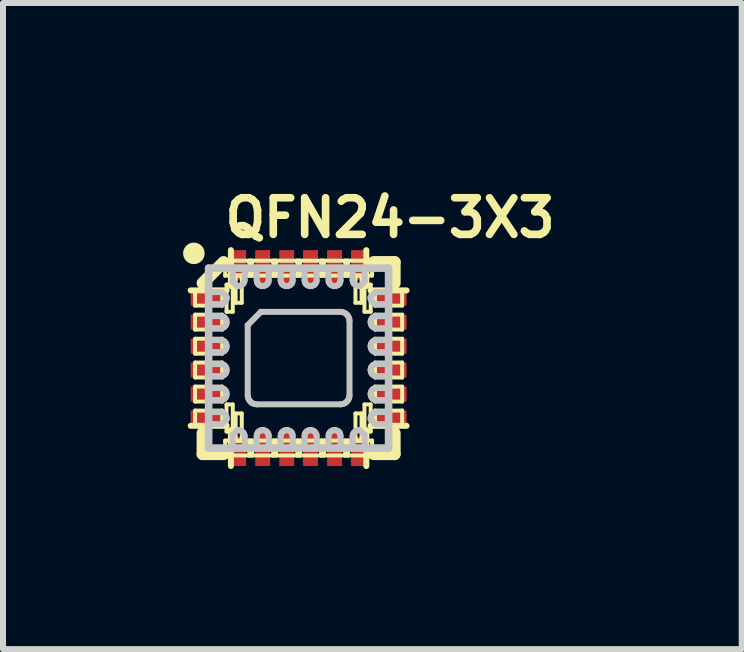
<source format=kicad_pcb>
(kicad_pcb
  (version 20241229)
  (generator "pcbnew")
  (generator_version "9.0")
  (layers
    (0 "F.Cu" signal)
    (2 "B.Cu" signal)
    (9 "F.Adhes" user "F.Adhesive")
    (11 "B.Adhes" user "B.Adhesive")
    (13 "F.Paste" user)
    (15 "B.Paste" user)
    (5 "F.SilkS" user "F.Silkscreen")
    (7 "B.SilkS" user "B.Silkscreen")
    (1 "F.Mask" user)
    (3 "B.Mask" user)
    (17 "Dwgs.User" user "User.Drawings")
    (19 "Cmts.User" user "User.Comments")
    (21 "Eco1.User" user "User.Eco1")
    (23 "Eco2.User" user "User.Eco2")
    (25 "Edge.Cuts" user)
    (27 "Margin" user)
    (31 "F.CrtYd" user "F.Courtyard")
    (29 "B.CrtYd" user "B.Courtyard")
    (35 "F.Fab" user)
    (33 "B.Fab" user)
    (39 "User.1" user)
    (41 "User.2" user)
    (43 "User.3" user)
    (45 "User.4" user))
  (footprint "QFN24-3X3"
    (layer "F.Cu")
    (at 1.925 2.916)
    (property "Reference" "QFN24-3X3" (at 1.524 -2.337 0) (layer "F.SilkS") (effects (font (size 0.61 0.61) (thickness 0.127))))
    (attr smd)
    (fp_line (start -1.499 -1.123) (end -1.303 -1.123) (stroke (width 0.003) (type solid)) (layer "B.Cu"))
    (fp_line (start -1.499 -0.874) (end -1.499 -1.123) (stroke (width 0.003) (type solid)) (layer "B.Cu"))
    (fp_line (start -1.499 0.874) (end -1.499 1.123) (stroke (width 0.003) (type solid)) (layer "B.Cu"))
    (fp_line (start -1.499 1.123) (end -1.303 1.123) (stroke (width 0.003) (type solid)) (layer "B.Cu"))
    (fp_line (start -1.303 -1.123) (end -1.199 -1.019) (stroke (width 0.003) (type solid)) (layer "B.Cu"))
    (fp_line (start -1.303 1.123) (end -1.199 1.019) (stroke (width 0.003) (type solid)) (layer "B.Cu"))
    (fp_line (start -1.199 -1.019) (end -1.199 -0.874) (stroke (width 0.003) (type solid)) (layer "B.Cu"))
    (fp_line (start -1.199 -0.874) (end -1.499 -0.874) (stroke (width 0.003) (type solid)) (layer "B.Cu"))
    (fp_line (start -1.199 0.874) (end -1.499 0.874) (stroke (width 0.003) (type solid)) (layer "B.Cu"))
    (fp_line (start -1.199 1.019) (end -1.199 0.874) (stroke (width 0.003) (type solid)) (layer "B.Cu"))
    (fp_line (start -1.123 -1.499) (end -1.123 -1.303) (stroke (width 0.003) (type solid)) (layer "B.Cu"))
    (fp_line (start -1.123 -1.303) (end -1.019 -1.199) (stroke (width 0.003) (type solid)) (layer "B.Cu"))
    (fp_line (start -1.123 1.303) (end -1.019 1.199) (stroke (width 0.003) (type solid)) (layer "B.Cu"))
    (fp_line (start -1.123 1.499) (end -1.123 1.303) (stroke (width 0.003) (type solid)) (layer "B.Cu"))
    (fp_line (start -1.019 -1.199) (end -0.874 -1.199) (stroke (width 0.003) (type solid)) (layer "B.Cu"))
    (fp_line (start -1.019 1.199) (end -0.874 1.199) (stroke (width 0.003) (type solid)) (layer "B.Cu"))
    (fp_line (start -0.874 -1.499) (end -1.123 -1.499) (stroke (width 0.003) (type solid)) (layer "B.Cu"))
    (fp_line (start -0.874 -1.199) (end -0.874 -1.499) (stroke (width 0.003) (type solid)) (layer "B.Cu"))
    (fp_line (start -0.874 1.199) (end -0.874 1.499) (stroke (width 0.003) (type solid)) (layer "B.Cu"))
    (fp_line (start -0.874 1.499) (end -1.123 1.499) (stroke (width 0.003) (type solid)) (layer "B.Cu"))
    (fp_line (start 0.874 -1.499) (end 1.123 -1.499) (stroke (width 0.003) (type solid)) (layer "B.Cu"))
    (fp_line (start 0.874 -1.199) (end 0.874 -1.499) (stroke (width 0.003) (type solid)) (layer "B.Cu"))
    (fp_line (start 0.874 1.199) (end 0.874 1.499) (stroke (width 0.003) (type solid)) (layer "B.Cu"))
    (fp_line (start 0.874 1.499) (end 1.123 1.499) (stroke (width 0.003) (type solid)) (layer "B.Cu"))
    (fp_line (start 1.019 -1.199) (end 0.874 -1.199) (stroke (width 0.003) (type solid)) (layer "B.Cu"))
    (fp_line (start 1.019 1.199) (end 0.874 1.199) (stroke (width 0.003) (type solid)) (layer "B.Cu"))
    (fp_line (start 1.123 -1.499) (end 1.123 -1.303) (stroke (width 0.003) (type solid)) (layer "B.Cu"))
    (fp_line (start 1.123 -1.303) (end 1.019 -1.199) (stroke (width 0.003) (type solid)) (layer "B.Cu"))
    (fp_line (start 1.123 1.303) (end 1.019 1.199) (stroke (width 0.003) (type solid)) (layer "B.Cu"))
    (fp_line (start 1.123 1.499) (end 1.123 1.303) (stroke (width 0.003) (type solid)) (layer "B.Cu"))
    (fp_line (start 1.199 -1.019) (end 1.199 -0.874) (stroke (width 0.003) (type solid)) (layer "B.Cu"))
    (fp_line (start 1.199 -0.874) (end 1.499 -0.874) (stroke (width 0.003) (type solid)) (layer "B.Cu"))
    (fp_line (start 1.199 0.874) (end 1.499 0.874) (stroke (width 0.003) (type solid)) (layer "B.Cu"))
    (fp_line (start 1.199 1.019) (end 1.199 0.874) (stroke (width 0.003) (type solid)) (layer "B.Cu"))
    (fp_line (start 1.303 -1.123) (end 1.199 -1.019) (stroke (width 0.003) (type solid)) (layer "B.Cu"))
    (fp_line (start 1.303 1.123) (end 1.199 1.019) (stroke (width 0.003) (type solid)) (layer "B.Cu"))
    (fp_line (start 1.499 -1.123) (end 1.303 -1.123) (stroke (width 0.003) (type solid)) (layer "B.Cu"))
    (fp_line (start 1.499 -0.874) (end 1.499 -1.123) (stroke (width 0.003) (type solid)) (layer "B.Cu"))
    (fp_line (start 1.499 0.874) (end 1.499 1.123) (stroke (width 0.003) (type solid)) (layer "B.Cu"))
    (fp_line (start 1.499 1.123) (end 1.303 1.123) (stroke (width 0.003) (type solid)) (layer "B.Cu"))
    (fp_line (start -1.798 -1.128) (end -1.199 -1.128) (stroke (width 0.1) (type solid)) (layer "F.SilkS"))
    (fp_line (start -1.725 -1.123) (end -1.273 -1.123) (stroke (width 0.066) (type solid)) (layer "F.SilkS"))
    (fp_line (start -1.725 -0.874) (end -1.725 -1.123) (stroke (width 0.066) (type solid)) (layer "F.SilkS"))
    (fp_line (start -1.725 -0.874) (end -1.273 -0.874) (stroke (width 0.066) (type solid)) (layer "F.SilkS"))
    (fp_line (start -1.725 -0.724) (end -1.273 -0.724) (stroke (width 0.066) (type solid)) (layer "F.SilkS"))
    (fp_line (start -1.725 -0.475) (end -1.725 -0.724) (stroke (width 0.066) (type solid)) (layer "F.SilkS"))
    (fp_line (start -1.725 -0.475) (end -1.273 -0.475) (stroke (width 0.066) (type solid)) (layer "F.SilkS"))
    (fp_line (start -1.725 -0.323) (end -1.273 -0.323) (stroke (width 0.066) (type solid)) (layer "F.SilkS"))
    (fp_line (start -1.725 -0.074) (end -1.725 -0.323) (stroke (width 0.066) (type solid)) (layer "F.SilkS"))
    (fp_line (start -1.725 -0.074) (end -1.273 -0.074) (stroke (width 0.066) (type solid)) (layer "F.SilkS"))
    (fp_line (start -1.725 0.074) (end -1.273 0.074) (stroke (width 0.066) (type solid)) (layer "F.SilkS"))
    (fp_line (start -1.725 0.323) (end -1.725 0.074) (stroke (width 0.066) (type solid)) (layer "F.SilkS"))
    (fp_line (start -1.725 0.323) (end -1.273 0.323) (stroke (width 0.066) (type solid)) (layer "F.SilkS"))
    (fp_line (start -1.725 0.475) (end -1.273 0.475) (stroke (width 0.066) (type solid)) (layer "F.SilkS"))
    (fp_line (start -1.725 0.724) (end -1.725 0.475) (stroke (width 0.066) (type solid)) (layer "F.SilkS"))
    (fp_line (start -1.725 0.724) (end -1.273 0.724) (stroke (width 0.066) (type solid)) (layer "F.SilkS"))
    (fp_line (start -1.725 0.874) (end -1.273 0.874) (stroke (width 0.066) (type solid)) (layer "F.SilkS"))
    (fp_line (start -1.725 1.123) (end -1.725 0.874) (stroke (width 0.066) (type solid)) (layer "F.SilkS"))
    (fp_line (start -1.725 1.123) (end -1.273 1.123) (stroke (width 0.066) (type solid)) (layer "F.SilkS"))
    (fp_line (start -1.598 -1.25) (end -1.25 -1.598) (stroke (width 0.203) (type solid)) (layer "F.SilkS"))
    (fp_line (start -1.598 1.25) (end -1.598 1.598) (stroke (width 0.203) (type solid)) (layer "F.SilkS"))
    (fp_line (start -1.598 1.598) (end -1.25 1.598) (stroke (width 0.203) (type solid)) (layer "F.SilkS"))
    (fp_line (start -1.273 -0.874) (end -1.273 -1.123) (stroke (width 0.066) (type solid)) (layer "F.SilkS"))
    (fp_line (start -1.273 -0.475) (end -1.273 -0.724) (stroke (width 0.066) (type solid)) (layer "F.SilkS"))
    (fp_line (start -1.273 -0.074) (end -1.273 -0.323) (stroke (width 0.066) (type solid)) (layer "F.SilkS"))
    (fp_line (start -1.273 0.323) (end -1.273 0.074) (stroke (width 0.066) (type solid)) (layer "F.SilkS"))
    (fp_line (start -1.273 0.724) (end -1.273 0.475) (stroke (width 0.066) (type solid)) (layer "F.SilkS"))
    (fp_line (start -1.273 1.123) (end -1.273 0.874) (stroke (width 0.066) (type solid)) (layer "F.SilkS"))
    (fp_line (start -1.224 -1.623) (end -0.775 -1.623) (stroke (width 0.066) (type solid)) (layer "F.SilkS"))
    (fp_line (start -1.224 -1.374) (end -1.224 -1.623) (stroke (width 0.066) (type solid)) (layer "F.SilkS"))
    (fp_line (start -1.224 -1.374) (end -0.775 -1.374) (stroke (width 0.066) (type solid)) (layer "F.SilkS"))
    (fp_line (start -1.224 1.374) (end -0.775 1.374) (stroke (width 0.066) (type solid)) (layer "F.SilkS"))
    (fp_line (start -1.224 1.623) (end -1.224 1.374) (stroke (width 0.066) (type solid)) (layer "F.SilkS"))
    (fp_line (start -1.224 1.623) (end -0.775 1.623) (stroke (width 0.066) (type solid)) (layer "F.SilkS"))
    (fp_line (start -1.201 -1.224) (end -1.097 -1.224) (stroke (width 0.066) (type solid)) (layer "F.SilkS"))
    (fp_line (start -1.201 -0.772) (end -1.201 -1.224) (stroke (width 0.066) (type solid)) (layer "F.SilkS"))
    (fp_line (start -1.201 -0.772) (end -1.097 -0.772) (stroke (width 0.066) (type solid)) (layer "F.SilkS"))
    (fp_line (start -1.201 0.772) (end -1.097 0.772) (stroke (width 0.066) (type solid)) (layer "F.SilkS"))
    (fp_line (start -1.201 1.224) (end -1.201 0.772) (stroke (width 0.066) (type solid)) (layer "F.SilkS"))
    (fp_line (start -1.201 1.224) (end -1.097 1.224) (stroke (width 0.066) (type solid)) (layer "F.SilkS"))
    (fp_line (start -1.199 1.128) (end -1.798 1.128) (stroke (width 0.1) (type solid)) (layer "F.SilkS"))
    (fp_line (start -1.128 -1.199) (end -1.128 -1.798) (stroke (width 0.1) (type solid)) (layer "F.SilkS"))
    (fp_line (start -1.128 1.798) (end -1.128 1.199) (stroke (width 0.1) (type solid)) (layer "F.SilkS"))
    (fp_line (start -1.097 -0.772) (end -1.097 -1.224) (stroke (width 0.066) (type solid)) (layer "F.SilkS"))
    (fp_line (start -1.097 1.224) (end -1.097 0.772) (stroke (width 0.066) (type solid)) (layer "F.SilkS"))
    (fp_line (start -1.049 -1.377) (end -0.947 -1.377) (stroke (width 0.066) (type solid)) (layer "F.SilkS"))
    (fp_line (start -1.049 -0.922) (end -1.049 -1.377) (stroke (width 0.066) (type solid)) (layer "F.SilkS"))
    (fp_line (start -1.049 -0.922) (end -0.947 -0.922) (stroke (width 0.066) (type solid)) (layer "F.SilkS"))
    (fp_line (start -1.049 0.922) (end -0.947 0.922) (stroke (width 0.066) (type solid)) (layer "F.SilkS"))
    (fp_line (start -1.049 1.377) (end -1.049 0.922) (stroke (width 0.066) (type solid)) (layer "F.SilkS"))
    (fp_line (start -1.049 1.377) (end -0.947 1.377) (stroke (width 0.066) (type solid)) (layer "F.SilkS"))
    (fp_line (start -0.947 -0.922) (end -0.947 -1.377) (stroke (width 0.066) (type solid)) (layer "F.SilkS"))
    (fp_line (start -0.947 1.377) (end -0.947 0.922) (stroke (width 0.066) (type solid)) (layer "F.SilkS"))
    (fp_line (start -0.823 -1.623) (end -0.373 -1.623) (stroke (width 0.066) (type solid)) (layer "F.SilkS"))
    (fp_line (start -0.823 -1.374) (end -0.823 -1.623) (stroke (width 0.066) (type solid)) (layer "F.SilkS"))
    (fp_line (start -0.823 -1.374) (end -0.373 -1.374) (stroke (width 0.066) (type solid)) (layer "F.SilkS"))
    (fp_line (start -0.823 1.374) (end -0.373 1.374) (stroke (width 0.066) (type solid)) (layer "F.SilkS"))
    (fp_line (start -0.823 1.623) (end -0.823 1.374) (stroke (width 0.066) (type solid)) (layer "F.SilkS"))
    (fp_line (start -0.823 1.623) (end -0.373 1.623) (stroke (width 0.066) (type solid)) (layer "F.SilkS"))
    (fp_line (start -0.775 -1.374) (end -0.775 -1.623) (stroke (width 0.066) (type solid)) (layer "F.SilkS"))
    (fp_line (start -0.775 1.623) (end -0.775 1.374) (stroke (width 0.066) (type solid)) (layer "F.SilkS"))
    (fp_line (start -0.424 -1.623) (end 0.023 -1.623) (stroke (width 0.066) (type solid)) (layer "F.SilkS"))
    (fp_line (start -0.424 -1.374) (end -0.424 -1.623) (stroke (width 0.066) (type solid)) (layer "F.SilkS"))
    (fp_line (start -0.424 -1.374) (end 0.023 -1.374) (stroke (width 0.066) (type solid)) (layer "F.SilkS"))
    (fp_line (start -0.424 1.374) (end 0.023 1.374) (stroke (width 0.066) (type solid)) (layer "F.SilkS"))
    (fp_line (start -0.424 1.623) (end -0.424 1.374) (stroke (width 0.066) (type solid)) (layer "F.SilkS"))
    (fp_line (start -0.424 1.623) (end 0.023 1.623) (stroke (width 0.066) (type solid)) (layer "F.SilkS"))
    (fp_line (start -0.373 -1.374) (end -0.373 -1.623) (stroke (width 0.066) (type solid)) (layer "F.SilkS"))
    (fp_line (start -0.373 1.623) (end -0.373 1.374) (stroke (width 0.066) (type solid)) (layer "F.SilkS"))
    (fp_line (start -0.023 -1.623) (end 0.424 -1.623) (stroke (width 0.066) (type solid)) (layer "F.SilkS"))
    (fp_line (start -0.023 -1.374) (end -0.023 -1.623) (stroke (width 0.066) (type solid)) (layer "F.SilkS"))
    (fp_line (start -0.023 -1.374) (end 0.424 -1.374) (stroke (width 0.066) (type solid)) (layer "F.SilkS"))
    (fp_line (start -0.023 1.374) (end 0.424 1.374) (stroke (width 0.066) (type solid)) (layer "F.SilkS"))
    (fp_line (start -0.023 1.623) (end -0.023 1.374) (stroke (width 0.066) (type solid)) (layer "F.SilkS"))
    (fp_line (start -0.023 1.623) (end 0.424 1.623) (stroke (width 0.066) (type solid)) (layer "F.SilkS"))
    (fp_line (start 0.023 -1.374) (end 0.023 -1.623) (stroke (width 0.066) (type solid)) (layer "F.SilkS"))
    (fp_line (start 0.023 1.623) (end 0.023 1.374) (stroke (width 0.066) (type solid)) (layer "F.SilkS"))
    (fp_line (start 0.373 -1.623) (end 0.823 -1.623) (stroke (width 0.066) (type solid)) (layer "F.SilkS"))
    (fp_line (start 0.373 -1.374) (end 0.373 -1.623) (stroke (width 0.066) (type solid)) (layer "F.SilkS"))
    (fp_line (start 0.373 -1.374) (end 0.823 -1.374) (stroke (width 0.066) (type solid)) (layer "F.SilkS"))
    (fp_line (start 0.373 1.374) (end 0.823 1.374) (stroke (width 0.066) (type solid)) (layer "F.SilkS"))
    (fp_line (start 0.373 1.623) (end 0.373 1.374) (stroke (width 0.066) (type solid)) (layer "F.SilkS"))
    (fp_line (start 0.373 1.623) (end 0.823 1.623) (stroke (width 0.066) (type solid)) (layer "F.SilkS"))
    (fp_line (start 0.424 -1.374) (end 0.424 -1.623) (stroke (width 0.066) (type solid)) (layer "F.SilkS"))
    (fp_line (start 0.424 1.623) (end 0.424 1.374) (stroke (width 0.066) (type solid)) (layer "F.SilkS"))
    (fp_line (start 0.775 -1.623) (end 1.224 -1.623) (stroke (width 0.066) (type solid)) (layer "F.SilkS"))
    (fp_line (start 0.775 -1.374) (end 0.775 -1.623) (stroke (width 0.066) (type solid)) (layer "F.SilkS"))
    (fp_line (start 0.775 -1.374) (end 1.224 -1.374) (stroke (width 0.066) (type solid)) (layer "F.SilkS"))
    (fp_line (start 0.775 1.374) (end 1.224 1.374) (stroke (width 0.066) (type solid)) (layer "F.SilkS"))
    (fp_line (start 0.775 1.623) (end 0.775 1.374) (stroke (width 0.066) (type solid)) (layer "F.SilkS"))
    (fp_line (start 0.775 1.623) (end 1.224 1.623) (stroke (width 0.066) (type solid)) (layer "F.SilkS"))
    (fp_line (start 0.823 -1.374) (end 0.823 -1.623) (stroke (width 0.066) (type solid)) (layer "F.SilkS"))
    (fp_line (start 0.823 1.623) (end 0.823 1.374) (stroke (width 0.066) (type solid)) (layer "F.SilkS"))
    (fp_line (start 0.947 -1.377) (end 1.049 -1.377) (stroke (width 0.066) (type solid)) (layer "F.SilkS"))
    (fp_line (start 0.947 -0.922) (end 0.947 -1.377) (stroke (width 0.066) (type solid)) (layer "F.SilkS"))
    (fp_line (start 0.947 -0.922) (end 1.049 -0.922) (stroke (width 0.066) (type solid)) (layer "F.SilkS"))
    (fp_line (start 0.947 0.922) (end 1.049 0.922) (stroke (width 0.066) (type solid)) (layer "F.SilkS"))
    (fp_line (start 0.947 1.377) (end 0.947 0.922) (stroke (width 0.066) (type solid)) (layer "F.SilkS"))
    (fp_line (start 0.947 1.377) (end 1.049 1.377) (stroke (width 0.066) (type solid)) (layer "F.SilkS"))
    (fp_line (start 1.049 -0.922) (end 1.049 -1.377) (stroke (width 0.066) (type solid)) (layer "F.SilkS"))
    (fp_line (start 1.049 1.377) (end 1.049 0.922) (stroke (width 0.066) (type solid)) (layer "F.SilkS"))
    (fp_line (start 1.097 -1.224) (end 1.201 -1.224) (stroke (width 0.066) (type solid)) (layer "F.SilkS"))
    (fp_line (start 1.097 -0.772) (end 1.097 -1.224) (stroke (width 0.066) (type solid)) (layer "F.SilkS"))
    (fp_line (start 1.097 -0.772) (end 1.201 -0.772) (stroke (width 0.066) (type solid)) (layer "F.SilkS"))
    (fp_line (start 1.097 0.772) (end 1.201 0.772) (stroke (width 0.066) (type solid)) (layer "F.SilkS"))
    (fp_line (start 1.097 1.224) (end 1.097 0.772) (stroke (width 0.066) (type solid)) (layer "F.SilkS"))
    (fp_line (start 1.097 1.224) (end 1.201 1.224) (stroke (width 0.066) (type solid)) (layer "F.SilkS"))
    (fp_line (start 1.128 -1.798) (end 1.128 -1.199) (stroke (width 0.1) (type solid)) (layer "F.SilkS"))
    (fp_line (start 1.128 1.199) (end 1.128 1.798) (stroke (width 0.1) (type solid)) (layer "F.SilkS"))
    (fp_line (start 1.199 -1.128) (end 1.798 -1.128) (stroke (width 0.1) (type solid)) (layer "F.SilkS"))
    (fp_line (start 1.201 -0.772) (end 1.201 -1.224) (stroke (width 0.066) (type solid)) (layer "F.SilkS"))
    (fp_line (start 1.201 1.224) (end 1.201 0.772) (stroke (width 0.066) (type solid)) (layer "F.SilkS"))
    (fp_line (start 1.224 -1.374) (end 1.224 -1.623) (stroke (width 0.066) (type solid)) (layer "F.SilkS"))
    (fp_line (start 1.224 1.623) (end 1.224 1.374) (stroke (width 0.066) (type solid)) (layer "F.SilkS"))
    (fp_line (start 1.25 1.598) (end 1.598 1.598) (stroke (width 0.203) (type solid)) (layer "F.SilkS"))
    (fp_line (start 1.273 -1.123) (end 1.725 -1.123) (stroke (width 0.066) (type solid)) (layer "F.SilkS"))
    (fp_line (start 1.273 -0.874) (end 1.273 -1.123) (stroke (width 0.066) (type solid)) (layer "F.SilkS"))
    (fp_line (start 1.273 -0.874) (end 1.725 -0.874) (stroke (width 0.066) (type solid)) (layer "F.SilkS"))
    (fp_line (start 1.273 -0.724) (end 1.725 -0.724) (stroke (width 0.066) (type solid)) (layer "F.SilkS"))
    (fp_line (start 1.273 -0.475) (end 1.273 -0.724) (stroke (width 0.066) (type solid)) (layer "F.SilkS"))
    (fp_line (start 1.273 -0.475) (end 1.725 -0.475) (stroke (width 0.066) (type solid)) (layer "F.SilkS"))
    (fp_line (start 1.273 -0.323) (end 1.725 -0.323) (stroke (width 0.066) (type solid)) (layer "F.SilkS"))
    (fp_line (start 1.273 -0.074) (end 1.273 -0.323) (stroke (width 0.066) (type solid)) (layer "F.SilkS"))
    (fp_line (start 1.273 -0.074) (end 1.725 -0.074) (stroke (width 0.066) (type solid)) (layer "F.SilkS"))
    (fp_line (start 1.273 0.074) (end 1.725 0.074) (stroke (width 0.066) (type solid)) (layer "F.SilkS"))
    (fp_line (start 1.273 0.323) (end 1.273 0.074) (stroke (width 0.066) (type solid)) (layer "F.SilkS"))
    (fp_line (start 1.273 0.323) (end 1.725 0.323) (stroke (width 0.066) (type solid)) (layer "F.SilkS"))
    (fp_line (start 1.273 0.475) (end 1.725 0.475) (stroke (width 0.066) (type solid)) (layer "F.SilkS"))
    (fp_line (start 1.273 0.724) (end 1.273 0.475) (stroke (width 0.066) (type solid)) (layer "F.SilkS"))
    (fp_line (start 1.273 0.724) (end 1.725 0.724) (stroke (width 0.066) (type solid)) (layer "F.SilkS"))
    (fp_line (start 1.273 0.874) (end 1.725 0.874) (stroke (width 0.066) (type solid)) (layer "F.SilkS"))
    (fp_line (start 1.273 1.123) (end 1.273 0.874) (stroke (width 0.066) (type solid)) (layer "F.SilkS"))
    (fp_line (start 1.273 1.123) (end 1.725 1.123) (stroke (width 0.066) (type solid)) (layer "F.SilkS"))
    (fp_line (start 1.598 -1.598) (end 1.25 -1.598) (stroke (width 0.203) (type solid)) (layer "F.SilkS"))
    (fp_line (start 1.598 -1.25) (end 1.598 -1.598) (stroke (width 0.203) (type solid)) (layer "F.SilkS"))
    (fp_line (start 1.598 1.598) (end 1.598 1.25) (stroke (width 0.203) (type solid)) (layer "F.SilkS"))
    (fp_line (start 1.725 -0.874) (end 1.725 -1.123) (stroke (width 0.066) (type solid)) (layer "F.SilkS"))
    (fp_line (start 1.725 -0.475) (end 1.725 -0.724) (stroke (width 0.066) (type solid)) (layer "F.SilkS"))
    (fp_line (start 1.725 -0.074) (end 1.725 -0.323) (stroke (width 0.066) (type solid)) (layer "F.SilkS"))
    (fp_line (start 1.725 0.323) (end 1.725 0.074) (stroke (width 0.066) (type solid)) (layer "F.SilkS"))
    (fp_line (start 1.725 0.724) (end 1.725 0.475) (stroke (width 0.066) (type solid)) (layer "F.SilkS"))
    (fp_line (start 1.725 1.123) (end 1.725 0.874) (stroke (width 0.066) (type solid)) (layer "F.SilkS"))
    (fp_line (start 1.798 1.128) (end 1.199 1.128) (stroke (width 0.1) (type solid)) (layer "F.SilkS"))
    (fp_circle (center -1.745 -1.745) (end -1.872 -1.872) (stroke (width 0) (type solid)) (fill yes) (layer "F.SilkS"))
    (fp_line (start -1.499 -1.499) (end -1.499 1.499) (stroke (width 0.127) (type solid)) (layer "Dwgs.User"))
    (fp_line (start -1.499 -1.1) (end -1.278 -1.1) (stroke (width 0.1) (type solid)) (layer "Dwgs.User"))
    (fp_line (start -1.499 -0.899) (end -1.499 -1.1) (stroke (width 0.1) (type solid)) (layer "Dwgs.User"))
    (fp_line (start -1.499 -0.699) (end -1.298 -0.699) (stroke (width 0.1) (type solid)) (layer "Dwgs.User"))
    (fp_line (start -1.499 -0.498) (end -1.499 -0.699) (stroke (width 0.1) (type solid)) (layer "Dwgs.User"))
    (fp_line (start -1.499 -0.3) (end -1.298 -0.3) (stroke (width 0.1) (type solid)) (layer "Dwgs.User"))
    (fp_line (start -1.499 -0.099) (end -1.499 -0.3) (stroke (width 0.1) (type solid)) (layer "Dwgs.User"))
    (fp_line (start -1.499 0.099) (end -1.298 0.099) (stroke (width 0.1) (type solid)) (layer "Dwgs.User"))
    (fp_line (start -1.499 0.3) (end -1.499 0.099) (stroke (width 0.1) (type solid)) (layer "Dwgs.User"))
    (fp_line (start -1.499 0.498) (end -1.298 0.498) (stroke (width 0.1) (type solid)) (layer "Dwgs.User"))
    (fp_line (start -1.499 0.699) (end -1.499 0.498) (stroke (width 0.1) (type solid)) (layer "Dwgs.User"))
    (fp_line (start -1.499 0.899) (end -1.499 1.1) (stroke (width 0.1) (type solid)) (layer "Dwgs.User"))
    (fp_line (start -1.499 1.1) (end -1.278 1.1) (stroke (width 0.1) (type solid)) (layer "Dwgs.User"))
    (fp_line (start -1.499 1.499) (end 1.499 1.499) (stroke (width 0.127) (type solid)) (layer "Dwgs.User"))
    (fp_line (start -1.298 -0.899) (end -1.499 -0.899) (stroke (width 0.1) (type solid)) (layer "Dwgs.User"))
    (fp_line (start -1.298 -0.699) (end -1.267 -0.693) (stroke (width 0.1) (type solid)) (layer "Dwgs.User"))
    (fp_line (start -1.298 -0.498) (end -1.499 -0.498) (stroke (width 0.1) (type solid)) (layer "Dwgs.User"))
    (fp_line (start -1.298 -0.3) (end -1.267 -0.295) (stroke (width 0.1) (type solid)) (layer "Dwgs.User"))
    (fp_line (start -1.298 -0.099) (end -1.499 -0.099) (stroke (width 0.1) (type solid)) (layer "Dwgs.User"))
    (fp_line (start -1.298 0.099) (end -1.267 0.104) (stroke (width 0.1) (type solid)) (layer "Dwgs.User"))
    (fp_line (start -1.298 0.3) (end -1.499 0.3) (stroke (width 0.1) (type solid)) (layer "Dwgs.User"))
    (fp_line (start -1.298 0.498) (end -1.267 0.503) (stroke (width 0.1) (type solid)) (layer "Dwgs.User"))
    (fp_line (start -1.298 0.699) (end -1.499 0.699) (stroke (width 0.1) (type solid)) (layer "Dwgs.User"))
    (fp_line (start -1.298 0.899) (end -1.499 0.899) (stroke (width 0.1) (type solid)) (layer "Dwgs.User"))
    (fp_line (start -1.278 -1.1) (end -1.199 -1.019) (stroke (width 0.1) (type solid)) (layer "Dwgs.User"))
    (fp_line (start -1.278 1.1) (end -1.199 1.019) (stroke (width 0.1) (type solid)) (layer "Dwgs.User"))
    (fp_line (start -1.267 -0.693) (end -1.24 -0.681) (stroke (width 0.1) (type solid)) (layer "Dwgs.User"))
    (fp_line (start -1.267 -0.503) (end -1.298 -0.498) (stroke (width 0.1) (type solid)) (layer "Dwgs.User"))
    (fp_line (start -1.267 -0.295) (end -1.24 -0.279) (stroke (width 0.1) (type solid)) (layer "Dwgs.User"))
    (fp_line (start -1.267 -0.104) (end -1.298 -0.099) (stroke (width 0.1) (type solid)) (layer "Dwgs.User"))
    (fp_line (start -1.267 0.104) (end -1.24 0.117) (stroke (width 0.1) (type solid)) (layer "Dwgs.User"))
    (fp_line (start -1.267 0.295) (end -1.298 0.3) (stroke (width 0.1) (type solid)) (layer "Dwgs.User"))
    (fp_line (start -1.267 0.503) (end -1.24 0.518) (stroke (width 0.1) (type solid)) (layer "Dwgs.User"))
    (fp_line (start -1.267 0.693) (end -1.298 0.699) (stroke (width 0.1) (type solid)) (layer "Dwgs.User"))
    (fp_line (start -1.265 -0.907) (end -1.298 -0.899) (stroke (width 0.1) (type solid)) (layer "Dwgs.User"))
    (fp_line (start -1.265 0.907) (end -1.298 0.899) (stroke (width 0.1) (type solid)) (layer "Dwgs.User"))
    (fp_line (start -1.24 -0.681) (end -1.217 -0.658) (stroke (width 0.1) (type solid)) (layer "Dwgs.User"))
    (fp_line (start -1.24 -0.518) (end -1.267 -0.503) (stroke (width 0.1) (type solid)) (layer "Dwgs.User"))
    (fp_line (start -1.24 -0.279) (end -1.217 -0.257) (stroke (width 0.1) (type solid)) (layer "Dwgs.User"))
    (fp_line (start -1.24 -0.117) (end -1.267 -0.104) (stroke (width 0.1) (type solid)) (layer "Dwgs.User"))
    (fp_line (start -1.24 0.117) (end -1.217 0.14) (stroke (width 0.1) (type solid)) (layer "Dwgs.User"))
    (fp_line (start -1.24 0.279) (end -1.267 0.295) (stroke (width 0.1) (type solid)) (layer "Dwgs.User"))
    (fp_line (start -1.24 0.518) (end -1.217 0.541) (stroke (width 0.1) (type solid)) (layer "Dwgs.User"))
    (fp_line (start -1.24 0.681) (end -1.267 0.693) (stroke (width 0.1) (type solid)) (layer "Dwgs.User"))
    (fp_line (start -1.237 -0.925) (end -1.265 -0.907) (stroke (width 0.1) (type solid)) (layer "Dwgs.User"))
    (fp_line (start -1.237 0.925) (end -1.265 0.907) (stroke (width 0.1) (type solid)) (layer "Dwgs.User"))
    (fp_line (start -1.217 -0.658) (end -1.204 -0.63) (stroke (width 0.1) (type solid)) (layer "Dwgs.User"))
    (fp_line (start -1.217 -0.541) (end -1.24 -0.518) (stroke (width 0.1) (type solid)) (layer "Dwgs.User"))
    (fp_line (start -1.217 -0.257) (end -1.204 -0.229) (stroke (width 0.1) (type solid)) (layer "Dwgs.User"))
    (fp_line (start -1.217 -0.14) (end -1.24 -0.117) (stroke (width 0.1) (type solid)) (layer "Dwgs.User"))
    (fp_line (start -1.217 0.14) (end -1.204 0.168) (stroke (width 0.1) (type solid)) (layer "Dwgs.User"))
    (fp_line (start -1.217 0.257) (end -1.24 0.279) (stroke (width 0.1) (type solid)) (layer "Dwgs.User"))
    (fp_line (start -1.217 0.541) (end -1.204 0.569) (stroke (width 0.1) (type solid)) (layer "Dwgs.User"))
    (fp_line (start -1.217 0.658) (end -1.24 0.681) (stroke (width 0.1) (type solid)) (layer "Dwgs.User"))
    (fp_line (start -1.214 -0.953) (end -1.237 -0.925) (stroke (width 0.1) (type solid)) (layer "Dwgs.User"))
    (fp_line (start -1.214 0.953) (end -1.237 0.925) (stroke (width 0.1) (type solid)) (layer "Dwgs.User"))
    (fp_line (start -1.204 -0.63) (end -1.199 -0.599) (stroke (width 0.1) (type solid)) (layer "Dwgs.User"))
    (fp_line (start -1.204 -0.569) (end -1.217 -0.541) (stroke (width 0.1) (type solid)) (layer "Dwgs.User"))
    (fp_line (start -1.204 -0.229) (end -1.199 -0.198) (stroke (width 0.1) (type solid)) (layer "Dwgs.User"))
    (fp_line (start -1.204 -0.168) (end -1.217 -0.14) (stroke (width 0.1) (type solid)) (layer "Dwgs.User"))
    (fp_line (start -1.204 0.168) (end -1.199 0.198) (stroke (width 0.1) (type solid)) (layer "Dwgs.User"))
    (fp_line (start -1.204 0.229) (end -1.217 0.257) (stroke (width 0.1) (type solid)) (layer "Dwgs.User"))
    (fp_line (start -1.204 0.569) (end -1.199 0.599) (stroke (width 0.1) (type solid)) (layer "Dwgs.User"))
    (fp_line (start -1.204 0.63) (end -1.217 0.658) (stroke (width 0.1) (type solid)) (layer "Dwgs.User"))
    (fp_line (start -1.201 -0.983) (end -1.214 -0.953) (stroke (width 0.1) (type solid)) (layer "Dwgs.User"))
    (fp_line (start -1.201 0.983) (end -1.214 0.953) (stroke (width 0.1) (type solid)) (layer "Dwgs.User"))
    (fp_line (start -1.199 -1.019) (end -1.201 -0.983) (stroke (width 0.1) (type solid)) (layer "Dwgs.User"))
    (fp_line (start -1.199 -0.599) (end -1.204 -0.569) (stroke (width 0.1) (type solid)) (layer "Dwgs.User"))
    (fp_line (start -1.199 -0.198) (end -1.204 -0.168) (stroke (width 0.1) (type solid)) (layer "Dwgs.User"))
    (fp_line (start -1.199 0.198) (end -1.204 0.229) (stroke (width 0.1) (type solid)) (layer "Dwgs.User"))
    (fp_line (start -1.199 0.599) (end -1.204 0.63) (stroke (width 0.1) (type solid)) (layer "Dwgs.User"))
    (fp_line (start -1.199 1.019) (end -1.201 0.983) (stroke (width 0.1) (type solid)) (layer "Dwgs.User"))
    (fp_line (start -1.1 -1.499) (end -1.1 -1.278) (stroke (width 0.1) (type solid)) (layer "Dwgs.User"))
    (fp_line (start -1.1 -1.278) (end -1.019 -1.199) (stroke (width 0.1) (type solid)) (layer "Dwgs.User"))
    (fp_line (start -1.1 1.278) (end -1.019 1.199) (stroke (width 0.1) (type solid)) (layer "Dwgs.User"))
    (fp_line (start -1.1 1.499) (end -1.1 1.278) (stroke (width 0.1) (type solid)) (layer "Dwgs.User"))
    (fp_line (start -1.019 -1.199) (end -0.983 -1.201) (stroke (width 0.1) (type solid)) (layer "Dwgs.User"))
    (fp_line (start -1.019 1.199) (end -0.983 1.201) (stroke (width 0.1) (type solid)) (layer "Dwgs.User"))
    (fp_line (start -0.983 -1.201) (end -0.953 -1.214) (stroke (width 0.1) (type solid)) (layer "Dwgs.User"))
    (fp_line (start -0.983 1.201) (end -0.953 1.214) (stroke (width 0.1) (type solid)) (layer "Dwgs.User"))
    (fp_line (start -0.953 -1.214) (end -0.925 -1.237) (stroke (width 0.1) (type solid)) (layer "Dwgs.User"))
    (fp_line (start -0.953 1.214) (end -0.925 1.237) (stroke (width 0.1) (type solid)) (layer "Dwgs.User"))
    (fp_line (start -0.925 -1.237) (end -0.907 -1.265) (stroke (width 0.1) (type solid)) (layer "Dwgs.User"))
    (fp_line (start -0.925 1.237) (end -0.907 1.265) (stroke (width 0.1) (type solid)) (layer "Dwgs.User"))
    (fp_line (start -0.907 -1.265) (end -0.899 -1.298) (stroke (width 0.1) (type solid)) (layer "Dwgs.User"))
    (fp_line (start -0.907 1.265) (end -0.899 1.298) (stroke (width 0.1) (type solid)) (layer "Dwgs.User"))
    (fp_line (start -0.899 -1.499) (end -1.1 -1.499) (stroke (width 0.1) (type solid)) (layer "Dwgs.User"))
    (fp_line (start -0.899 -1.298) (end -0.899 -1.499) (stroke (width 0.1) (type solid)) (layer "Dwgs.User"))
    (fp_line (start -0.899 1.298) (end -0.899 1.499) (stroke (width 0.1) (type solid)) (layer "Dwgs.User"))
    (fp_line (start -0.899 1.499) (end -1.1 1.499) (stroke (width 0.1) (type solid)) (layer "Dwgs.User"))
    (fp_line (start -0.848 -0.549) (end -0.848 0.62) (stroke (width 0.1) (type solid)) (layer "Dwgs.User"))
    (fp_line (start -0.848 0.62) (end -0.843 0.658) (stroke (width 0.1) (type solid)) (layer "Dwgs.User"))
    (fp_line (start -0.843 0.658) (end -0.828 0.693) (stroke (width 0.1) (type solid)) (layer "Dwgs.User"))
    (fp_line (start -0.828 0.693) (end -0.805 0.724) (stroke (width 0.1) (type solid)) (layer "Dwgs.User"))
    (fp_line (start -0.805 0.724) (end -0.775 0.749) (stroke (width 0.1) (type solid)) (layer "Dwgs.User"))
    (fp_line (start -0.775 0.749) (end -0.737 0.765) (stroke (width 0.1) (type solid)) (layer "Dwgs.User"))
    (fp_line (start -0.737 0.765) (end -0.699 0.77) (stroke (width 0.1) (type solid)) (layer "Dwgs.User"))
    (fp_line (start -0.699 -1.499) (end -0.498 -1.499) (stroke (width 0.1) (type solid)) (layer "Dwgs.User"))
    (fp_line (start -0.699 -1.298) (end -0.699 -1.499) (stroke (width 0.1) (type solid)) (layer "Dwgs.User"))
    (fp_line (start -0.699 0.77) (end 0.699 0.77) (stroke (width 0.1) (type solid)) (layer "Dwgs.User"))
    (fp_line (start -0.699 1.298) (end -0.693 1.267) (stroke (width 0.1) (type solid)) (layer "Dwgs.User"))
    (fp_line (start -0.699 1.499) (end -0.699 1.298) (stroke (width 0.1) (type solid)) (layer "Dwgs.User"))
    (fp_line (start -0.693 -1.267) (end -0.699 -1.298) (stroke (width 0.1) (type solid)) (layer "Dwgs.User"))
    (fp_line (start -0.693 1.267) (end -0.681 1.24) (stroke (width 0.1) (type solid)) (layer "Dwgs.User"))
    (fp_line (start -0.681 -1.24) (end -0.693 -1.267) (stroke (width 0.1) (type solid)) (layer "Dwgs.User"))
    (fp_line (start -0.681 1.24) (end -0.658 1.217) (stroke (width 0.1) (type solid)) (layer "Dwgs.User"))
    (fp_line (start -0.658 -1.217) (end -0.681 -1.24) (stroke (width 0.1) (type solid)) (layer "Dwgs.User"))
    (fp_line (start -0.658 1.217) (end -0.63 1.204) (stroke (width 0.1) (type solid)) (layer "Dwgs.User"))
    (fp_line (start -0.63 -1.204) (end -0.658 -1.217) (stroke (width 0.1) (type solid)) (layer "Dwgs.User"))
    (fp_line (start -0.63 -0.77) (end -0.848 -0.549) (stroke (width 0.1) (type solid)) (layer "Dwgs.User"))
    (fp_line (start -0.63 1.204) (end -0.599 1.199) (stroke (width 0.1) (type solid)) (layer "Dwgs.User"))
    (fp_line (start -0.599 -1.199) (end -0.63 -1.204) (stroke (width 0.1) (type solid)) (layer "Dwgs.User"))
    (fp_line (start -0.599 1.199) (end -0.569 1.204) (stroke (width 0.1) (type solid)) (layer "Dwgs.User"))
    (fp_line (start -0.569 -1.204) (end -0.599 -1.199) (stroke (width 0.1) (type solid)) (layer "Dwgs.User"))
    (fp_line (start -0.569 1.204) (end -0.541 1.217) (stroke (width 0.1) (type solid)) (layer "Dwgs.User"))
    (fp_line (start -0.541 -1.217) (end -0.569 -1.204) (stroke (width 0.1) (type solid)) (layer "Dwgs.User"))
    (fp_line (start -0.541 1.217) (end -0.518 1.24) (stroke (width 0.1) (type solid)) (layer "Dwgs.User"))
    (fp_line (start -0.518 -1.24) (end -0.541 -1.217) (stroke (width 0.1) (type solid)) (layer "Dwgs.User"))
    (fp_line (start -0.518 1.24) (end -0.503 1.267) (stroke (width 0.1) (type solid)) (layer "Dwgs.User"))
    (fp_line (start -0.503 -1.267) (end -0.518 -1.24) (stroke (width 0.1) (type solid)) (layer "Dwgs.User"))
    (fp_line (start -0.503 1.267) (end -0.498 1.298) (stroke (width 0.1) (type solid)) (layer "Dwgs.User"))
    (fp_line (start -0.498 -1.499) (end -0.498 -1.298) (stroke (width 0.1) (type solid)) (layer "Dwgs.User"))
    (fp_line (start -0.498 -1.298) (end -0.503 -1.267) (stroke (width 0.1) (type solid)) (layer "Dwgs.User"))
    (fp_line (start -0.498 1.298) (end -0.498 1.499) (stroke (width 0.1) (type solid)) (layer "Dwgs.User"))
    (fp_line (start -0.498 1.499) (end -0.699 1.499) (stroke (width 0.1) (type solid)) (layer "Dwgs.User"))
    (fp_line (start -0.3 -1.499) (end -0.099 -1.499) (stroke (width 0.1) (type solid)) (layer "Dwgs.User"))
    (fp_line (start -0.3 -1.298) (end -0.3 -1.499) (stroke (width 0.1) (type solid)) (layer "Dwgs.User"))
    (fp_line (start -0.3 1.298) (end -0.295 1.267) (stroke (width 0.1) (type solid)) (layer "Dwgs.User"))
    (fp_line (start -0.3 1.499) (end -0.3 1.298) (stroke (width 0.1) (type solid)) (layer "Dwgs.User"))
    (fp_line (start -0.295 -1.267) (end -0.3 -1.298) (stroke (width 0.1) (type solid)) (layer "Dwgs.User"))
    (fp_line (start -0.295 1.267) (end -0.279 1.24) (stroke (width 0.1) (type solid)) (layer "Dwgs.User"))
    (fp_line (start -0.279 -1.24) (end -0.295 -1.267) (stroke (width 0.1) (type solid)) (layer "Dwgs.User"))
    (fp_line (start -0.279 1.24) (end -0.257 1.217) (stroke (width 0.1) (type solid)) (layer "Dwgs.User"))
    (fp_line (start -0.257 -1.217) (end -0.279 -1.24) (stroke (width 0.1) (type solid)) (layer "Dwgs.User"))
    (fp_line (start -0.257 1.217) (end -0.229 1.204) (stroke (width 0.1) (type solid)) (layer "Dwgs.User"))
    (fp_line (start -0.229 -1.204) (end -0.257 -1.217) (stroke (width 0.1) (type solid)) (layer "Dwgs.User"))
    (fp_line (start -0.229 1.204) (end -0.198 1.199) (stroke (width 0.1) (type solid)) (layer "Dwgs.User"))
    (fp_line (start -0.198 -1.199) (end -0.229 -1.204) (stroke (width 0.1) (type solid)) (layer "Dwgs.User"))
    (fp_line (start -0.198 1.199) (end -0.168 1.204) (stroke (width 0.1) (type solid)) (layer "Dwgs.User"))
    (fp_line (start -0.168 -1.204) (end -0.198 -1.199) (stroke (width 0.1) (type solid)) (layer "Dwgs.User"))
    (fp_line (start -0.168 1.204) (end -0.14 1.217) (stroke (width 0.1) (type solid)) (layer "Dwgs.User"))
    (fp_line (start -0.14 -1.217) (end -0.168 -1.204) (stroke (width 0.1) (type solid)) (layer "Dwgs.User"))
    (fp_line (start -0.14 1.217) (end -0.117 1.24) (stroke (width 0.1) (type solid)) (layer "Dwgs.User"))
    (fp_line (start -0.117 -1.24) (end -0.14 -1.217) (stroke (width 0.1) (type solid)) (layer "Dwgs.User"))
    (fp_line (start -0.117 1.24) (end -0.104 1.267) (stroke (width 0.1) (type solid)) (layer "Dwgs.User"))
    (fp_line (start -0.104 -1.267) (end -0.117 -1.24) (stroke (width 0.1) (type solid)) (layer "Dwgs.User"))
    (fp_line (start -0.104 1.267) (end -0.099 1.298) (stroke (width 0.1) (type solid)) (layer "Dwgs.User"))
    (fp_line (start -0.099 -1.499) (end -0.099 -1.298) (stroke (width 0.1) (type solid)) (layer "Dwgs.User"))
    (fp_line (start -0.099 -1.298) (end -0.104 -1.267) (stroke (width 0.1) (type solid)) (layer "Dwgs.User"))
    (fp_line (start -0.099 1.298) (end -0.099 1.499) (stroke (width 0.1) (type solid)) (layer "Dwgs.User"))
    (fp_line (start -0.099 1.499) (end -0.3 1.499) (stroke (width 0.1) (type solid)) (layer "Dwgs.User"))
    (fp_line (start 0.099 -1.499) (end 0.3 -1.499) (stroke (width 0.1) (type solid)) (layer "Dwgs.User"))
    (fp_line (start 0.099 -1.298) (end 0.099 -1.499) (stroke (width 0.1) (type solid)) (layer "Dwgs.User"))
    (fp_line (start 0.099 1.298) (end 0.104 1.267) (stroke (width 0.1) (type solid)) (layer "Dwgs.User"))
    (fp_line (start 0.099 1.499) (end 0.099 1.298) (stroke (width 0.1) (type solid)) (layer "Dwgs.User"))
    (fp_line (start 0.104 -1.267) (end 0.099 -1.298) (stroke (width 0.1) (type solid)) (layer "Dwgs.User"))
    (fp_line (start 0.104 1.267) (end 0.117 1.24) (stroke (width 0.1) (type solid)) (layer "Dwgs.User"))
    (fp_line (start 0.117 -1.24) (end 0.104 -1.267) (stroke (width 0.1) (type solid)) (layer "Dwgs.User"))
    (fp_line (start 0.117 1.24) (end 0.14 1.217) (stroke (width 0.1) (type solid)) (layer "Dwgs.User"))
    (fp_line (start 0.14 -1.217) (end 0.117 -1.24) (stroke (width 0.1) (type solid)) (layer "Dwgs.User"))
    (fp_line (start 0.14 1.217) (end 0.168 1.204) (stroke (width 0.1) (type solid)) (layer "Dwgs.User"))
    (fp_line (start 0.168 -1.204) (end 0.14 -1.217) (stroke (width 0.1) (type solid)) (layer "Dwgs.User"))
    (fp_line (start 0.168 1.204) (end 0.198 1.199) (stroke (width 0.1) (type solid)) (layer "Dwgs.User"))
    (fp_line (start 0.198 -1.199) (end 0.168 -1.204) (stroke (width 0.1) (type solid)) (layer "Dwgs.User"))
    (fp_line (start 0.198 1.199) (end 0.229 1.204) (stroke (width 0.1) (type solid)) (layer "Dwgs.User"))
    (fp_line (start 0.229 -1.204) (end 0.198 -1.199) (stroke (width 0.1) (type solid)) (layer "Dwgs.User"))
    (fp_line (start 0.229 1.204) (end 0.257 1.217) (stroke (width 0.1) (type solid)) (layer "Dwgs.User"))
    (fp_line (start 0.257 -1.217) (end 0.229 -1.204) (stroke (width 0.1) (type solid)) (layer "Dwgs.User"))
    (fp_line (start 0.257 1.217) (end 0.279 1.24) (stroke (width 0.1) (type solid)) (layer "Dwgs.User"))
    (fp_line (start 0.279 -1.24) (end 0.257 -1.217) (stroke (width 0.1) (type solid)) (layer "Dwgs.User"))
    (fp_line (start 0.279 1.24) (end 0.295 1.267) (stroke (width 0.1) (type solid)) (layer "Dwgs.User"))
    (fp_line (start 0.295 -1.267) (end 0.279 -1.24) (stroke (width 0.1) (type solid)) (layer "Dwgs.User"))
    (fp_line (start 0.295 1.267) (end 0.3 1.298) (stroke (width 0.1) (type solid)) (layer "Dwgs.User"))
    (fp_line (start 0.3 -1.499) (end 0.3 -1.298) (stroke (width 0.1) (type solid)) (layer "Dwgs.User"))
    (fp_line (start 0.3 -1.298) (end 0.295 -1.267) (stroke (width 0.1) (type solid)) (layer "Dwgs.User"))
    (fp_line (start 0.3 1.298) (end 0.3 1.499) (stroke (width 0.1) (type solid)) (layer "Dwgs.User"))
    (fp_line (start 0.3 1.499) (end 0.099 1.499) (stroke (width 0.1) (type solid)) (layer "Dwgs.User"))
    (fp_line (start 0.498 -1.499) (end 0.699 -1.499) (stroke (width 0.1) (type solid)) (layer "Dwgs.User"))
    (fp_line (start 0.498 -1.298) (end 0.498 -1.499) (stroke (width 0.1) (type solid)) (layer "Dwgs.User"))
    (fp_line (start 0.498 1.298) (end 0.503 1.267) (stroke (width 0.1) (type solid)) (layer "Dwgs.User"))
    (fp_line (start 0.498 1.499) (end 0.498 1.298) (stroke (width 0.1) (type solid)) (layer "Dwgs.User"))
    (fp_line (start 0.503 -1.267) (end 0.498 -1.298) (stroke (width 0.1) (type solid)) (layer "Dwgs.User"))
    (fp_line (start 0.503 1.267) (end 0.518 1.24) (stroke (width 0.1) (type solid)) (layer "Dwgs.User"))
    (fp_line (start 0.518 -1.24) (end 0.503 -1.267) (stroke (width 0.1) (type solid)) (layer "Dwgs.User"))
    (fp_line (start 0.518 1.24) (end 0.541 1.217) (stroke (width 0.1) (type solid)) (layer "Dwgs.User"))
    (fp_line (start 0.541 -1.217) (end 0.518 -1.24) (stroke (width 0.1) (type solid)) (layer "Dwgs.User"))
    (fp_line (start 0.541 1.217) (end 0.569 1.204) (stroke (width 0.1) (type solid)) (layer "Dwgs.User"))
    (fp_line (start 0.569 -1.204) (end 0.541 -1.217) (stroke (width 0.1) (type solid)) (layer "Dwgs.User"))
    (fp_line (start 0.569 1.204) (end 0.599 1.199) (stroke (width 0.1) (type solid)) (layer "Dwgs.User"))
    (fp_line (start 0.599 -1.199) (end 0.569 -1.204) (stroke (width 0.1) (type solid)) (layer "Dwgs.User"))
    (fp_line (start 0.599 1.199) (end 0.63 1.204) (stroke (width 0.1) (type solid)) (layer "Dwgs.User"))
    (fp_line (start 0.63 -1.204) (end 0.599 -1.199) (stroke (width 0.1) (type solid)) (layer "Dwgs.User"))
    (fp_line (start 0.63 1.204) (end 0.658 1.217) (stroke (width 0.1) (type solid)) (layer "Dwgs.User"))
    (fp_line (start 0.658 -1.217) (end 0.63 -1.204) (stroke (width 0.1) (type solid)) (layer "Dwgs.User"))
    (fp_line (start 0.658 1.217) (end 0.681 1.24) (stroke (width 0.1) (type solid)) (layer "Dwgs.User"))
    (fp_line (start 0.681 -1.24) (end 0.658 -1.217) (stroke (width 0.1) (type solid)) (layer "Dwgs.User"))
    (fp_line (start 0.681 1.24) (end 0.693 1.267) (stroke (width 0.1) (type solid)) (layer "Dwgs.User"))
    (fp_line (start 0.693 -1.267) (end 0.681 -1.24) (stroke (width 0.1) (type solid)) (layer "Dwgs.User"))
    (fp_line (start 0.693 1.267) (end 0.699 1.298) (stroke (width 0.1) (type solid)) (layer "Dwgs.User"))
    (fp_line (start 0.699 -1.499) (end 0.699 -1.298) (stroke (width 0.1) (type solid)) (layer "Dwgs.User"))
    (fp_line (start 0.699 -1.298) (end 0.693 -1.267) (stroke (width 0.1) (type solid)) (layer "Dwgs.User"))
    (fp_line (start 0.699 -0.77) (end -0.63 -0.77) (stroke (width 0.1) (type solid)) (layer "Dwgs.User"))
    (fp_line (start 0.699 0.77) (end 0.737 0.765) (stroke (width 0.1) (type solid)) (layer "Dwgs.User"))
    (fp_line (start 0.699 1.298) (end 0.699 1.499) (stroke (width 0.1) (type solid)) (layer "Dwgs.User"))
    (fp_line (start 0.699 1.499) (end 0.498 1.499) (stroke (width 0.1) (type solid)) (layer "Dwgs.User"))
    (fp_line (start 0.737 -0.765) (end 0.699 -0.77) (stroke (width 0.1) (type solid)) (layer "Dwgs.User"))
    (fp_line (start 0.737 0.765) (end 0.775 0.749) (stroke (width 0.1) (type solid)) (layer "Dwgs.User"))
    (fp_line (start 0.775 -0.749) (end 0.737 -0.765) (stroke (width 0.1) (type solid)) (layer "Dwgs.User"))
    (fp_line (start 0.775 0.749) (end 0.805 0.724) (stroke (width 0.1) (type solid)) (layer "Dwgs.User"))
    (fp_line (start 0.805 -0.724) (end 0.775 -0.749) (stroke (width 0.1) (type solid)) (layer "Dwgs.User"))
    (fp_line (start 0.805 0.724) (end 0.828 0.693) (stroke (width 0.1) (type solid)) (layer "Dwgs.User"))
    (fp_line (start 0.828 -0.693) (end 0.805 -0.724) (stroke (width 0.1) (type solid)) (layer "Dwgs.User"))
    (fp_line (start 0.828 0.693) (end 0.843 0.658) (stroke (width 0.1) (type solid)) (layer "Dwgs.User"))
    (fp_line (start 0.843 -0.658) (end 0.828 -0.693) (stroke (width 0.1) (type solid)) (layer "Dwgs.User"))
    (fp_line (start 0.843 0.658) (end 0.848 0.62) (stroke (width 0.1) (type solid)) (layer "Dwgs.User"))
    (fp_line (start 0.848 -0.62) (end 0.843 -0.658) (stroke (width 0.1) (type solid)) (layer "Dwgs.User"))
    (fp_line (start 0.848 0.62) (end 0.848 -0.62) (stroke (width 0.1) (type solid)) (layer "Dwgs.User"))
    (fp_line (start 0.899 -1.499) (end 1.1 -1.499) (stroke (width 0.1) (type solid)) (layer "Dwgs.User"))
    (fp_line (start 0.899 -1.298) (end 0.899 -1.499) (stroke (width 0.1) (type solid)) (layer "Dwgs.User"))
    (fp_line (start 0.899 1.298) (end 0.899 1.499) (stroke (width 0.1) (type solid)) (layer "Dwgs.User"))
    (fp_line (start 0.899 1.499) (end 1.1 1.499) (stroke (width 0.1) (type solid)) (layer "Dwgs.User"))
    (fp_line (start 0.907 -1.265) (end 0.899 -1.298) (stroke (width 0.1) (type solid)) (layer "Dwgs.User"))
    (fp_line (start 0.907 1.265) (end 0.899 1.298) (stroke (width 0.1) (type solid)) (layer "Dwgs.User"))
    (fp_line (start 0.925 -1.237) (end 0.907 -1.265) (stroke (width 0.1) (type solid)) (layer "Dwgs.User"))
    (fp_line (start 0.925 1.237) (end 0.907 1.265) (stroke (width 0.1) (type solid)) (layer "Dwgs.User"))
    (fp_line (start 0.953 -1.214) (end 0.925 -1.237) (stroke (width 0.1) (type solid)) (layer "Dwgs.User"))
    (fp_line (start 0.953 1.214) (end 0.925 1.237) (stroke (width 0.1) (type solid)) (layer "Dwgs.User"))
    (fp_line (start 0.983 -1.201) (end 0.953 -1.214) (stroke (width 0.1) (type solid)) (layer "Dwgs.User"))
    (fp_line (start 0.983 1.201) (end 0.953 1.214) (stroke (width 0.1) (type solid)) (layer "Dwgs.User"))
    (fp_line (start 1.019 -1.199) (end 0.983 -1.201) (stroke (width 0.1) (type solid)) (layer "Dwgs.User"))
    (fp_line (start 1.019 1.199) (end 0.983 1.201) (stroke (width 0.1) (type solid)) (layer "Dwgs.User"))
    (fp_line (start 1.1 -1.499) (end 1.1 -1.278) (stroke (width 0.1) (type solid)) (layer "Dwgs.User"))
    (fp_line (start 1.1 -1.278) (end 1.019 -1.199) (stroke (width 0.1) (type solid)) (layer "Dwgs.User"))
    (fp_line (start 1.1 1.278) (end 1.019 1.199) (stroke (width 0.1) (type solid)) (layer "Dwgs.User"))
    (fp_line (start 1.1 1.499) (end 1.1 1.278) (stroke (width 0.1) (type solid)) (layer "Dwgs.User"))
    (fp_line (start 1.199 -1.019) (end 1.201 -0.983) (stroke (width 0.1) (type solid)) (layer "Dwgs.User"))
    (fp_line (start 1.199 -0.599) (end 1.204 -0.63) (stroke (width 0.1) (type solid)) (layer "Dwgs.User"))
    (fp_line (start 1.199 -0.198) (end 1.204 -0.229) (stroke (width 0.1) (type solid)) (layer "Dwgs.User"))
    (fp_line (start 1.199 0.198) (end 1.204 0.168) (stroke (width 0.1) (type solid)) (layer "Dwgs.User"))
    (fp_line (start 1.199 0.599) (end 1.204 0.569) (stroke (width 0.1) (type solid)) (layer "Dwgs.User"))
    (fp_line (start 1.199 1.019) (end 1.201 0.983) (stroke (width 0.1) (type solid)) (layer "Dwgs.User"))
    (fp_line (start 1.201 -0.983) (end 1.214 -0.953) (stroke (width 0.1) (type solid)) (layer "Dwgs.User"))
    (fp_line (start 1.201 0.983) (end 1.214 0.953) (stroke (width 0.1) (type solid)) (layer "Dwgs.User"))
    (fp_line (start 1.204 -0.63) (end 1.217 -0.658) (stroke (width 0.1) (type solid)) (layer "Dwgs.User"))
    (fp_line (start 1.204 -0.569) (end 1.199 -0.599) (stroke (width 0.1) (type solid)) (layer "Dwgs.User"))
    (fp_line (start 1.204 -0.229) (end 1.217 -0.257) (stroke (width 0.1) (type solid)) (layer "Dwgs.User"))
    (fp_line (start 1.204 -0.168) (end 1.199 -0.198) (stroke (width 0.1) (type solid)) (layer "Dwgs.User"))
    (fp_line (start 1.204 0.168) (end 1.217 0.14) (stroke (width 0.1) (type solid)) (layer "Dwgs.User"))
    (fp_line (start 1.204 0.229) (end 1.199 0.198) (stroke (width 0.1) (type solid)) (layer "Dwgs.User"))
    (fp_line (start 1.204 0.569) (end 1.217 0.541) (stroke (width 0.1) (type solid)) (layer "Dwgs.User"))
    (fp_line (start 1.204 0.63) (end 1.199 0.599) (stroke (width 0.1) (type solid)) (layer "Dwgs.User"))
    (fp_line (start 1.214 -0.953) (end 1.237 -0.925) (stroke (width 0.1) (type solid)) (layer "Dwgs.User"))
    (fp_line (start 1.214 0.953) (end 1.237 0.925) (stroke (width 0.1) (type solid)) (layer "Dwgs.User"))
    (fp_line (start 1.217 -0.658) (end 1.24 -0.681) (stroke (width 0.1) (type solid)) (layer "Dwgs.User"))
    (fp_line (start 1.217 -0.541) (end 1.204 -0.569) (stroke (width 0.1) (type solid)) (layer "Dwgs.User"))
    (fp_line (start 1.217 -0.257) (end 1.24 -0.279) (stroke (width 0.1) (type solid)) (layer "Dwgs.User"))
    (fp_line (start 1.217 -0.14) (end 1.204 -0.168) (stroke (width 0.1) (type solid)) (layer "Dwgs.User"))
    (fp_line (start 1.217 0.14) (end 1.24 0.117) (stroke (width 0.1) (type solid)) (layer "Dwgs.User"))
    (fp_line (start 1.217 0.257) (end 1.204 0.229) (stroke (width 0.1) (type solid)) (layer "Dwgs.User"))
    (fp_line (start 1.217 0.541) (end 1.24 0.518) (stroke (width 0.1) (type solid)) (layer "Dwgs.User"))
    (fp_line (start 1.217 0.658) (end 1.204 0.63) (stroke (width 0.1) (type solid)) (layer "Dwgs.User"))
    (fp_line (start 1.237 -0.925) (end 1.265 -0.907) (stroke (width 0.1) (type solid)) (layer "Dwgs.User"))
    (fp_line (start 1.237 0.925) (end 1.265 0.907) (stroke (width 0.1) (type solid)) (layer "Dwgs.User"))
    (fp_line (start 1.24 -0.681) (end 1.267 -0.693) (stroke (width 0.1) (type solid)) (layer "Dwgs.User"))
    (fp_line (start 1.24 -0.518) (end 1.217 -0.541) (stroke (width 0.1) (type solid)) (layer "Dwgs.User"))
    (fp_line (start 1.24 -0.279) (end 1.267 -0.295) (stroke (width 0.1) (type solid)) (layer "Dwgs.User"))
    (fp_line (start 1.24 -0.117) (end 1.217 -0.14) (stroke (width 0.1) (type solid)) (layer "Dwgs.User"))
    (fp_line (start 1.24 0.117) (end 1.267 0.104) (stroke (width 0.1) (type solid)) (layer "Dwgs.User"))
    (fp_line (start 1.24 0.279) (end 1.217 0.257) (stroke (width 0.1) (type solid)) (layer "Dwgs.User"))
    (fp_line (start 1.24 0.518) (end 1.267 0.503) (stroke (width 0.1) (type solid)) (layer "Dwgs.User"))
    (fp_line (start 1.24 0.681) (end 1.217 0.658) (stroke (width 0.1) (type solid)) (layer "Dwgs.User"))
    (fp_line (start 1.265 -0.907) (end 1.298 -0.899) (stroke (width 0.1) (type solid)) (layer "Dwgs.User"))
    (fp_line (start 1.265 0.907) (end 1.298 0.899) (stroke (width 0.1) (type solid)) (layer "Dwgs.User"))
    (fp_line (start 1.267 -0.693) (end 1.298 -0.699) (stroke (width 0.1) (type solid)) (layer "Dwgs.User"))
    (fp_line (start 1.267 -0.503) (end 1.24 -0.518) (stroke (width 0.1) (type solid)) (layer "Dwgs.User"))
    (fp_line (start 1.267 -0.295) (end 1.298 -0.3) (stroke (width 0.1) (type solid)) (layer "Dwgs.User"))
    (fp_line (start 1.267 -0.104) (end 1.24 -0.117) (stroke (width 0.1) (type solid)) (layer "Dwgs.User"))
    (fp_line (start 1.267 0.104) (end 1.298 0.099) (stroke (width 0.1) (type solid)) (layer "Dwgs.User"))
    (fp_line (start 1.267 0.295) (end 1.24 0.279) (stroke (width 0.1) (type solid)) (layer "Dwgs.User"))
    (fp_line (start 1.267 0.503) (end 1.298 0.498) (stroke (width 0.1) (type solid)) (layer "Dwgs.User"))
    (fp_line (start 1.267 0.693) (end 1.24 0.681) (stroke (width 0.1) (type solid)) (layer "Dwgs.User"))
    (fp_line (start 1.278 -1.1) (end 1.199 -1.019) (stroke (width 0.1) (type solid)) (layer "Dwgs.User"))
    (fp_line (start 1.278 1.1) (end 1.199 1.019) (stroke (width 0.1) (type solid)) (layer "Dwgs.User"))
    (fp_line (start 1.298 -0.899) (end 1.499 -0.899) (stroke (width 0.1) (type solid)) (layer "Dwgs.User"))
    (fp_line (start 1.298 -0.699) (end 1.499 -0.699) (stroke (width 0.1) (type solid)) (layer "Dwgs.User"))
    (fp_line (start 1.298 -0.498) (end 1.267 -0.503) (stroke (width 0.1) (type solid)) (layer "Dwgs.User"))
    (fp_line (start 1.298 -0.3) (end 1.499 -0.3) (stroke (width 0.1) (type solid)) (layer "Dwgs.User"))
    (fp_line (start 1.298 -0.099) (end 1.267 -0.104) (stroke (width 0.1) (type solid)) (layer "Dwgs.User"))
    (fp_line (start 1.298 0.099) (end 1.499 0.099) (stroke (width 0.1) (type solid)) (layer "Dwgs.User"))
    (fp_line (start 1.298 0.3) (end 1.267 0.295) (stroke (width 0.1) (type solid)) (layer "Dwgs.User"))
    (fp_line (start 1.298 0.498) (end 1.499 0.498) (stroke (width 0.1) (type solid)) (layer "Dwgs.User"))
    (fp_line (start 1.298 0.699) (end 1.267 0.693) (stroke (width 0.1) (type solid)) (layer "Dwgs.User"))
    (fp_line (start 1.298 0.899) (end 1.499 0.899) (stroke (width 0.1) (type solid)) (layer "Dwgs.User"))
    (fp_line (start 1.499 -1.499) (end -1.499 -1.499) (stroke (width 0.127) (type solid)) (layer "Dwgs.User"))
    (fp_line (start 1.499 -1.1) (end 1.278 -1.1) (stroke (width 0.1) (type solid)) (layer "Dwgs.User"))
    (fp_line (start 1.499 -0.899) (end 1.499 -1.1) (stroke (width 0.1) (type solid)) (layer "Dwgs.User"))
    (fp_line (start 1.499 -0.699) (end 1.499 -0.498) (stroke (width 0.1) (type solid)) (layer "Dwgs.User"))
    (fp_line (start 1.499 -0.498) (end 1.298 -0.498) (stroke (width 0.1) (type solid)) (layer "Dwgs.User"))
    (fp_line (start 1.499 -0.3) (end 1.499 -0.099) (stroke (width 0.1) (type solid)) (layer "Dwgs.User"))
    (fp_line (start 1.499 -0.099) (end 1.298 -0.099) (stroke (width 0.1) (type solid)) (layer "Dwgs.User"))
    (fp_line (start 1.499 0.099) (end 1.499 0.3) (stroke (width 0.1) (type solid)) (layer "Dwgs.User"))
    (fp_line (start 1.499 0.3) (end 1.298 0.3) (stroke (width 0.1) (type solid)) (layer "Dwgs.User"))
    (fp_line (start 1.499 0.498) (end 1.499 0.699) (stroke (width 0.1) (type solid)) (layer "Dwgs.User"))
    (fp_line (start 1.499 0.699) (end 1.298 0.699) (stroke (width 0.1) (type solid)) (layer "Dwgs.User"))
    (fp_line (start 1.499 0.899) (end 1.499 1.1) (stroke (width 0.1) (type solid)) (layer "Dwgs.User"))
    (fp_line (start 1.499 1.1) (end 1.278 1.1) (stroke (width 0.1) (type solid)) (layer "Dwgs.User"))
    (fp_line (start 1.499 1.499) (end 1.499 -1.499) (stroke (width 0.127) (type solid)) (layer "Dwgs.User"))
    (pad "1" smd rect (at -1.552 -0.998 90) (size 0.249 0.493) (layers "F.Cu" "F.Mask" "F.Paste"))
    (pad "2" smd rect (at -1.499 -0.599 90) (size 0.249 0.599) (layers "F.Cu" "F.Mask" "F.Paste"))
    (pad "3" smd rect (at -1.499 -0.198 90) (size 0.249 0.599) (layers "F.Cu" "F.Mask" "F.Paste"))
    (pad "4" smd rect (at -1.499 0.198 90) (size 0.249 0.599) (layers "F.Cu" "F.Mask" "F.Paste"))
    (pad "5" smd rect (at -1.499 0.599 90) (size 0.249 0.599) (layers "F.Cu" "F.Mask" "F.Paste"))
    (pad "6" smd rect (at -1.552 0.998 90) (size 0.249 0.493) (layers "F.Cu" "F.Mask" "F.Paste"))
    (pad "7" smd rect (at -0.998 1.552 180) (size 0.249 0.493) (layers "F.Cu" "F.Mask" "F.Paste"))
    (pad "8" smd rect (at -0.599 1.499 180) (size 0.249 0.599) (layers "F.Cu" "F.Mask" "F.Paste"))
    (pad "9" smd rect (at -0.198 1.499 180) (size 0.249 0.599) (layers "F.Cu" "F.Mask" "F.Paste"))
    (pad "10" smd rect (at 0.198 1.499 180) (size 0.249 0.599) (layers "F.Cu" "F.Mask" "F.Paste"))
    (pad "11" smd rect (at 0.599 1.499 180) (size 0.249 0.599) (layers "F.Cu" "F.Mask" "F.Paste"))
    (pad "12" smd rect (at 0.998 1.552 180) (size 0.249 0.493) (layers "F.Cu" "F.Mask" "F.Paste"))
    (pad "13" smd rect (at 1.552 0.998 270) (size 0.249 0.493) (layers "F.Cu" "F.Mask" "F.Paste"))
    (pad "14" smd rect (at 1.499 0.599 270) (size 0.249 0.599) (layers "F.Cu" "F.Mask" "F.Paste"))
    (pad "15" smd rect (at 1.499 0.198 270) (size 0.249 0.599) (layers "F.Cu" "F.Mask" "F.Paste"))
    (pad "16" smd rect (at 1.499 -0.198 270) (size 0.249 0.599) (layers "F.Cu" "F.Mask" "F.Paste"))
    (pad "17" smd rect (at 1.499 -0.599 270) (size 0.249 0.599) (layers "F.Cu" "F.Mask" "F.Paste"))
    (pad "18" smd rect (at 1.552 -0.998 270) (size 0.249 0.493) (layers "F.Cu" "F.Mask" "F.Paste"))
    (pad "19" smd rect (at 0.998 -1.552) (size 0.249 0.493) (layers "F.Cu" "F.Mask" "F.Paste"))
    (pad "20" smd rect (at 0.599 -1.499) (size 0.249 0.599) (layers "F.Cu" "F.Mask" "F.Paste"))
    (pad "21" smd rect (at 0.198 -1.499) (size 0.249 0.599) (layers "F.Cu" "F.Mask" "F.Paste"))
    (pad "22" smd rect (at -0.198 -1.499) (size 0.249 0.599) (layers "F.Cu" "F.Mask" "F.Paste"))
    (pad "23" smd rect (at -0.599 -1.499) (size 0.249 0.599) (layers "F.Cu" "F.Mask" "F.Paste"))
    (pad "24" smd rect (at -0.998 -1.552) (size 0.249 0.493) (layers "F.Cu" "F.Mask" "F.Paste")))
  (gr_rect
    (start -3 -3)
    (end 9.307 7.765)
    (stroke (width 0.1) (type default))
    (fill no)
    (layer "Edge.Cuts")))
</source>
